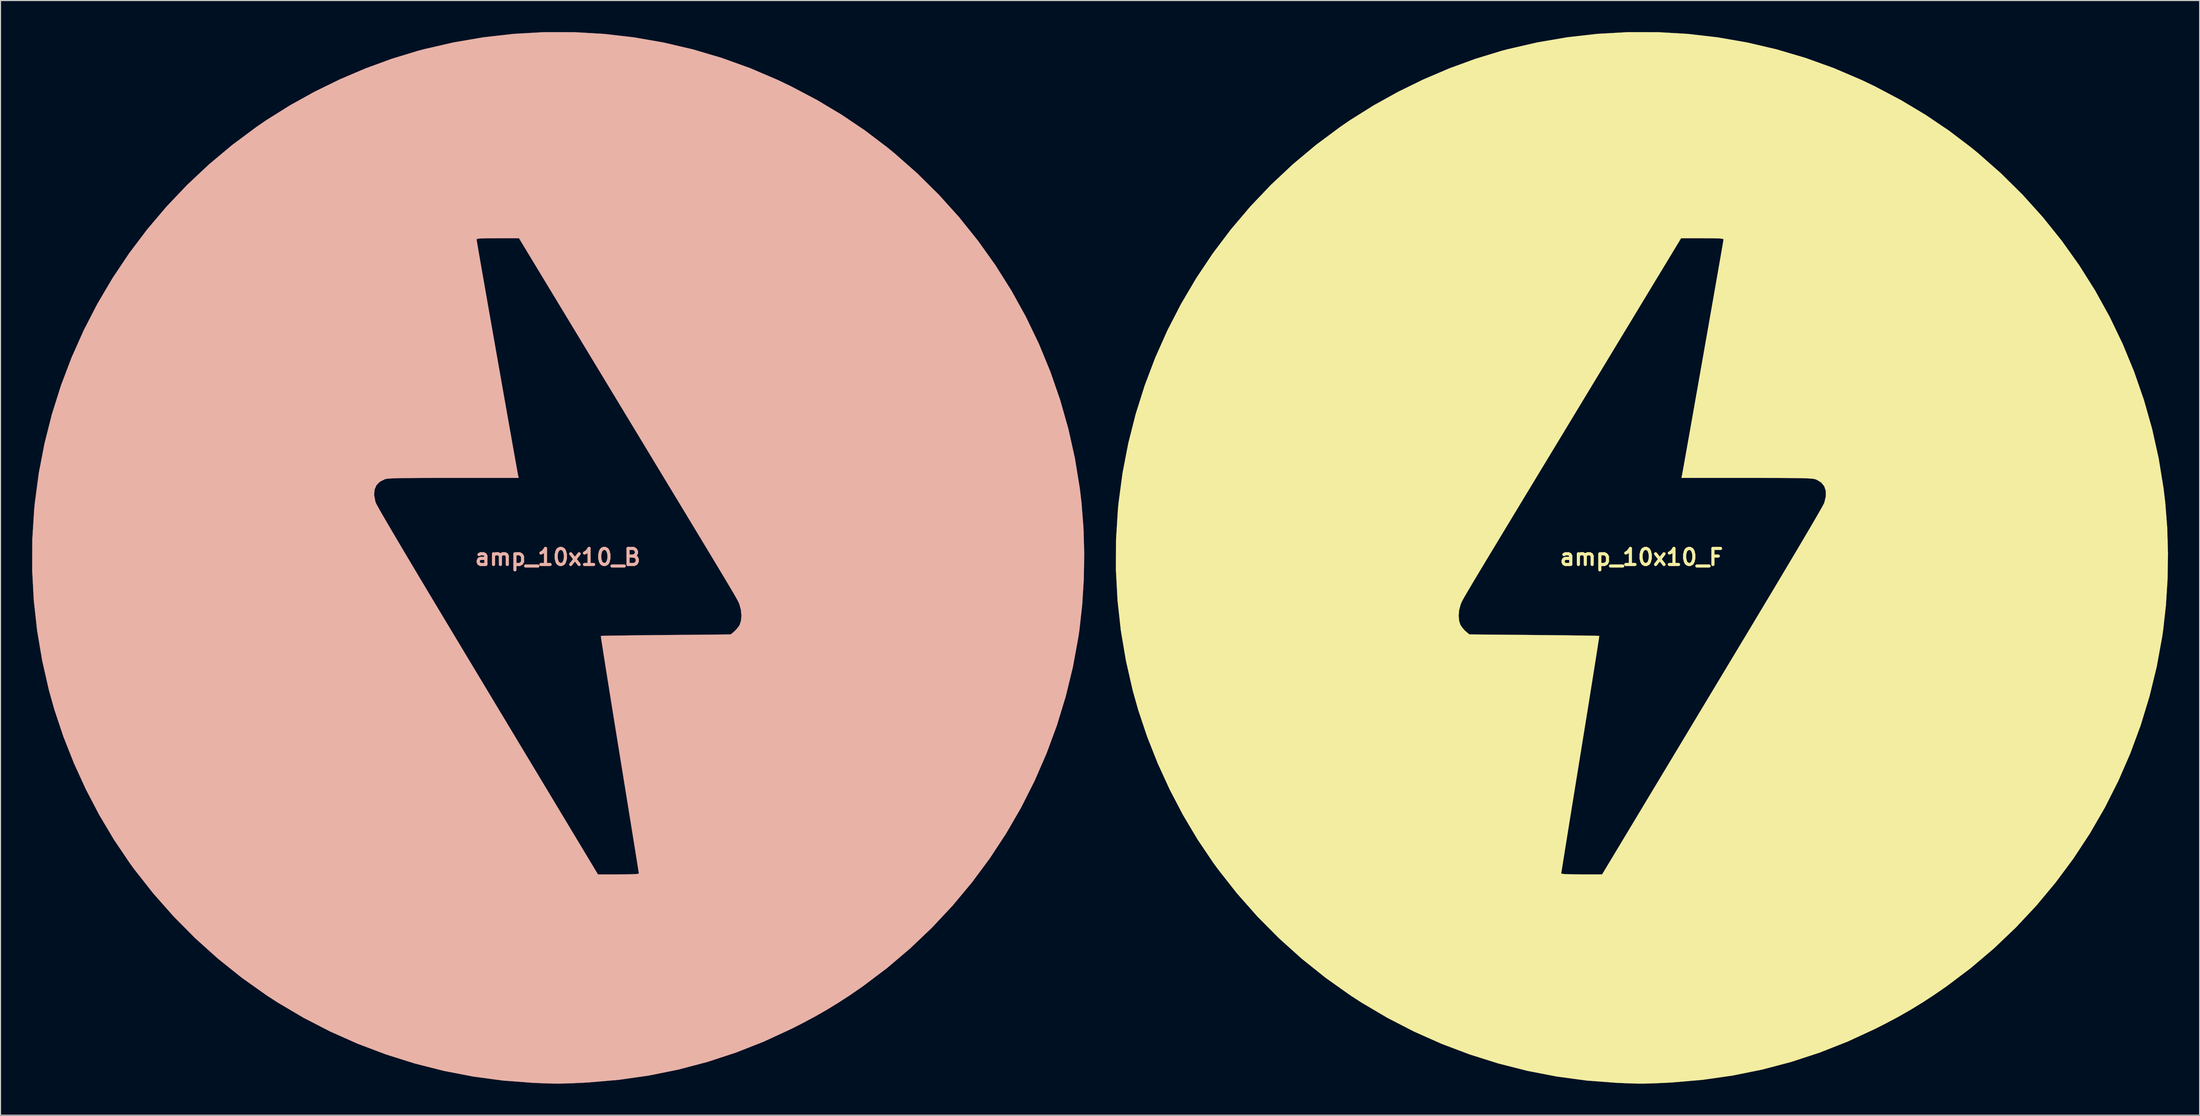
<source format=kicad_pcb>
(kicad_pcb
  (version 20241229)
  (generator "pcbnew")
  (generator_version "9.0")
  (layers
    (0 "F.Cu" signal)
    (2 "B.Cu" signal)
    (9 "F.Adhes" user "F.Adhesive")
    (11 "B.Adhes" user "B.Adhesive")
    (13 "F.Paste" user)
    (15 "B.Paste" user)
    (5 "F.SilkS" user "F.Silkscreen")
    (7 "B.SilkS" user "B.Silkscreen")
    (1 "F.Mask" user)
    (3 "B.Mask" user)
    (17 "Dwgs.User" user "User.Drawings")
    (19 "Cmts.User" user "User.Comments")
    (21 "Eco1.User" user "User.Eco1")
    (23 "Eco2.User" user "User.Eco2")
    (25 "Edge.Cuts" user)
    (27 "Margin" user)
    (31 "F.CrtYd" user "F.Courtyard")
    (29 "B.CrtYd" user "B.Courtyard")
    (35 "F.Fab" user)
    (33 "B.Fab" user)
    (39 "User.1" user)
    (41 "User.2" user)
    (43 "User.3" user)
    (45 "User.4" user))
  (footprint "amp_10x10_F"
    (layer "F.Cu")
    (at 152.807 49.9)
    (property "Reference" "amp_10x10_F" (at 0 0 0) (layer "F.SilkS") (effects (font (size 1.524 1.524) (thickness 0.3))))
    (attr through_hole)
    (fp_poly (pts (xy 1.562 -49.892) (xy 4.413 -49.727) (xy 7.245 -49.399) (xy 10.052 -48.91) (xy 12.827 -48.26) (xy 15.565 -47.45) (xy 18.257 -46.481) (xy 20.897 -45.352) (xy 22.179 -44.737) (xy 24.634 -43.438) (xy 26.959 -42.048) (xy 29.173 -40.553) (xy 31.295 -38.942) (xy 31.962 -38.397) (xy 34.138 -36.477) (xy 36.189 -34.446) (xy 38.112 -32.31) (xy 39.903 -30.075) (xy 41.56 -27.748) (xy 43.079 -25.335) (xy 44.457 -22.841) (xy 45.69 -20.273) (xy 46.775 -17.637) (xy 47.709 -14.939) (xy 48.489 -12.185) (xy 49.111 -9.381) (xy 49.572 -6.535) (xy 49.737 -5.14) (xy 49.921 -2.776) (xy 49.991 -0.344) (xy 49.95 2.111) (xy 49.798 4.543) (xy 49.536 6.904) (xy 49.438 7.578) (xy 48.918 10.427) (xy 48.237 13.226) (xy 47.401 15.969) (xy 46.412 18.65) (xy 45.275 21.263) (xy 43.993 23.803) (xy 42.57 26.264) (xy 41.009 28.64) (xy 39.314 30.924) (xy 37.49 33.112) (xy 35.538 35.198) (xy 33.465 37.175) (xy 31.272 39.038) (xy 28.964 40.781) (xy 27.728 41.632) (xy 26.627 42.348) (xy 25.548 43.008) (xy 24.442 43.64) (xy 23.262 44.272) (xy 22.179 44.822) (xy 19.567 46.03) (xy 16.912 47.077) (xy 14.211 47.962) (xy 11.459 48.688) (xy 8.653 49.255) (xy 5.79 49.663) (xy 2.865 49.914) (xy 2.159 49.951) (xy 1.478 49.981) (xy 0.914 50.003) (xy 0.427 50.016) (xy -0.024 50.02) (xy -0.478 50.016) (xy -0.976 50.003) (xy -1.558 49.981) (xy -2.264 49.95) (xy -2.364 49.945) (xy -5.199 49.732) (xy -8.022 49.352) (xy -10.821 48.81) (xy -13.588 48.107) (xy -16.313 47.248) (xy -18.987 46.236) (xy -21.599 45.073) (xy -24.14 43.763) (xy -26.6 42.309) (xy -27.644 41.632) (xy -30.007 39.954) (xy -32.27 38.141) (xy -34.428 36.199) (xy -36.473 34.134) (xy -38.4 31.953) (xy -40.201 29.662) (xy -40.665 29.024) (xy -42.148 26.821) (xy -43.528 24.499) (xy -44.792 22.082) (xy -45.931 19.593) (xy -46.934 17.057) (xy -47.79 14.495) (xy -48.306 12.658) (xy -48.949 9.835) (xy -49.43 6.98) (xy -49.587 5.553) (xy -17.358 5.553) (xy -17.316 6.044) (xy -17.19 6.429) (xy -17.021 6.684) (xy -16.788 6.949) (xy -16.683 7.047) (xy -16.343 7.338) (xy -10.191 7.393) (xy -9.186 7.402) (xy -8.231 7.412) (xy -7.34 7.422) (xy -6.526 7.432) (xy -5.802 7.441) (xy -5.182 7.451) (xy -4.68 7.459) (xy -4.307 7.467) (xy -4.079 7.474) (xy -4.007 7.479) (xy -4.017 7.565) (xy -4.052 7.808) (xy -4.111 8.199) (xy -4.193 8.728) (xy -4.297 9.386) (xy -4.419 10.162) (xy -4.56 11.047) (xy -4.717 12.031) (xy -4.889 13.105) (xy -5.074 14.259) (xy -5.271 15.484) (xy -5.479 16.769) (xy -5.695 18.104) (xy -5.798 18.741) (xy -6.018 20.098) (xy -6.231 21.41) (xy -6.434 22.666) (xy -6.627 23.857) (xy -6.807 24.973) (xy -6.973 26.004) (xy -7.124 26.941) (xy -7.258 27.774) (xy -7.373 28.493) (xy -7.468 29.088) (xy -7.542 29.55) (xy -7.592 29.869) (xy -7.617 30.034) (xy -7.62 30.056) (xy -7.537 30.086) (xy -7.291 30.11) (xy -6.892 30.127) (xy -6.345 30.138) (xy -5.678 30.141) (xy -3.737 30.141) (xy -0.569 24.871) (xy -0.161 24.192) (xy 0.327 23.38) (xy 0.887 22.448) (xy 1.512 21.409) (xy 2.193 20.275) (xy 2.925 19.058) (xy 3.698 17.771) (xy 4.506 16.427) (xy 5.34 15.038) (xy 6.194 13.617) (xy 7.06 12.176) (xy 7.931 10.728) (xy 8.798 9.285) (xy 9.654 7.86) (xy 9.898 7.455) (xy 10.837 5.891) (xy 11.725 4.409) (xy 12.56 3.015) (xy 13.337 1.712) (xy 14.055 0.506) (xy 14.711 -0.598) (xy 15.301 -1.596) (xy 15.824 -2.482) (xy 16.275 -3.252) (xy 16.652 -3.9) (xy 16.952 -4.423) (xy 17.173 -4.815) (xy 17.311 -5.071) (xy 17.361 -5.179) (xy 17.503 -5.78) (xy 17.5 -6.304) (xy 17.354 -6.746) (xy 17.068 -7.098) (xy 16.642 -7.357) (xy 16.518 -7.405) (xy 16.429 -7.431) (xy 16.307 -7.452) (xy 16.139 -7.471) (xy 15.914 -7.486) (xy 15.619 -7.499) (xy 15.245 -7.51) (xy 14.778 -7.518) (xy 14.206 -7.525) (xy 13.519 -7.529) (xy 12.704 -7.533) (xy 11.75 -7.534) (xy 10.645 -7.535) (xy 9.973 -7.535) (xy 3.797 -7.535) (xy 3.845 -7.768) (xy 3.873 -7.915) (xy 3.927 -8.213) (xy 4.006 -8.65) (xy 4.107 -9.214) (xy 4.228 -9.894) (xy 4.367 -10.678) (xy 4.523 -11.553) (xy 4.692 -12.508) (xy 4.873 -13.531) (xy 5.063 -14.611) (xy 5.262 -15.735) (xy 5.466 -16.891) (xy 5.673 -18.069) (xy 5.882 -19.255) (xy 6.09 -20.438) (xy 6.296 -21.607) (xy 6.496 -22.749) (xy 6.69 -23.853) (xy 6.875 -24.907) (xy 7.048 -25.898) (xy 7.209 -26.816) (xy 7.354 -27.648) (xy 7.482 -28.383) (xy 7.591 -29.008) (xy 7.678 -29.512) (xy 7.741 -29.882) (xy 7.779 -30.108) (xy 7.789 -30.178) (xy 7.773 -30.22) (xy 7.71 -30.252) (xy 7.583 -30.276) (xy 7.37 -30.293) (xy 7.054 -30.303) (xy 6.614 -30.308) (xy 6.031 -30.311) (xy 5.776 -30.311) (xy 3.762 -30.311) (xy -5.21 -15.476) (xy -6.41 -13.49) (xy -7.526 -11.645) (xy -8.561 -9.934) (xy -9.518 -8.352) (xy -10.399 -6.894) (xy -11.209 -5.555) (xy -11.949 -4.33) (xy -12.624 -3.213) (xy -13.237 -2.198) (xy -13.79 -1.282) (xy -14.286 -0.459) (xy -14.73 0.278) (xy -15.123 0.932) (xy -15.47 1.509) (xy -15.773 2.014) (xy -16.035 2.453) (xy -16.259 2.831) (xy -16.449 3.153) (xy -16.608 3.424) (xy -16.739 3.649) (xy -16.845 3.834) (xy -16.929 3.984) (xy -16.994 4.104) (xy -17.043 4.199) (xy -17.08 4.275) (xy -17.108 4.337) (xy -17.129 4.39) (xy -17.148 4.439) (xy -17.166 4.49) (xy -17.174 4.512) (xy -17.311 5.024) (xy -17.358 5.553) (xy -49.587 5.553) (xy -49.747 4.104) (xy -49.901 1.218) (xy -49.889 -1.666) (xy -49.711 -4.536) (xy -49.652 -5.143) (xy -49.271 -8.006) (xy -48.727 -10.826) (xy -48.026 -13.598) (xy -47.17 -16.315) (xy -46.163 -18.972) (xy -45.009 -21.562) (xy -43.711 -24.08) (xy -42.273 -26.519) (xy -40.699 -28.875) (xy -38.991 -31.14) (xy -37.154 -33.309) (xy -35.191 -35.376) (xy -33.106 -37.335) (xy -30.902 -39.18) (xy -28.583 -40.905) (xy -27.644 -41.548) (xy -25.421 -42.942) (xy -23.095 -44.233) (xy -20.693 -45.408) (xy -18.239 -46.455) (xy -15.762 -47.362) (xy -13.286 -48.118) (xy -12.742 -48.264) (xy -9.897 -48.919) (xy -7.037 -49.409) (xy -4.17 -49.734) (xy -1.301 -49.895) (xy 1.562 -49.892)) (stroke (width 0.01) (type solid)) (fill yes) (layer "F.SilkS")))
  (footprint "amp_10x10_B"
    (layer "F.Cu")
    (at 49.906 49.9)
    (property "Reference" "amp_10x10_B" (at 0 0 0) (layer "B.SilkS") (effects (font (size 1.524 1.524) (thickness 0.3))))
    (attr through_hole)
    (fp_poly (pts (xy 1.562 -49.892) (xy 4.413 -49.727) (xy 7.245 -49.399) (xy 10.052 -48.91) (xy 12.827 -48.26) (xy 15.565 -47.45) (xy 18.257 -46.481) (xy 20.897 -45.352) (xy 22.179 -44.737) (xy 24.634 -43.438) (xy 26.959 -42.048) (xy 29.173 -40.553) (xy 31.295 -38.942) (xy 31.962 -38.397) (xy 34.138 -36.477) (xy 36.189 -34.446) (xy 38.112 -32.31) (xy 39.903 -30.075) (xy 41.56 -27.748) (xy 43.079 -25.335) (xy 44.457 -22.841) (xy 45.69 -20.273) (xy 46.775 -17.637) (xy 47.709 -14.939) (xy 48.489 -12.185) (xy 49.111 -9.381) (xy 49.572 -6.535) (xy 49.737 -5.14) (xy 49.921 -2.776) (xy 49.991 -0.344) (xy 49.95 2.111) (xy 49.798 4.543) (xy 49.536 6.904) (xy 49.438 7.578) (xy 48.918 10.427) (xy 48.237 13.226) (xy 47.401 15.969) (xy 46.412 18.65) (xy 45.275 21.263) (xy 43.993 23.803) (xy 42.57 26.264) (xy 41.009 28.64) (xy 39.314 30.924) (xy 37.49 33.112) (xy 35.538 35.198) (xy 33.465 37.175) (xy 31.272 39.038) (xy 28.964 40.781) (xy 27.728 41.632) (xy 26.627 42.348) (xy 25.548 43.008) (xy 24.442 43.64) (xy 23.262 44.272) (xy 22.179 44.822) (xy 19.567 46.03) (xy 16.912 47.077) (xy 14.211 47.962) (xy 11.459 48.688) (xy 8.653 49.255) (xy 5.79 49.663) (xy 2.865 49.914) (xy 2.159 49.951) (xy 1.478 49.981) (xy 0.914 50.003) (xy 0.427 50.016) (xy -0.024 50.02) (xy -0.478 50.016) (xy -0.976 50.003) (xy -1.558 49.981) (xy -2.264 49.95) (xy -2.364 49.945) (xy -5.199 49.732) (xy -8.022 49.352) (xy -10.821 48.81) (xy -13.588 48.107) (xy -16.313 47.248) (xy -18.987 46.236) (xy -21.599 45.073) (xy -24.14 43.763) (xy -26.6 42.309) (xy -27.644 41.632) (xy -30.007 39.954) (xy -32.27 38.141) (xy -34.428 36.199) (xy -36.473 34.134) (xy -38.4 31.953) (xy -40.201 29.662) (xy -40.665 29.024) (xy -42.148 26.821) (xy -43.528 24.499) (xy -44.792 22.082) (xy -45.931 19.593) (xy -46.934 17.057) (xy -47.79 14.495) (xy -48.306 12.658) (xy -48.949 9.835) (xy -49.43 6.98) (xy -49.747 4.104) (xy -49.901 1.218) (xy -49.889 -1.666) (xy -49.711 -4.536) (xy -49.652 -5.143) (xy -49.549 -5.915) (xy -17.431 -5.915) (xy -17.325 -5.331) (xy -17.277 -5.179) (xy -17.211 -5.042) (xy -17.061 -4.766) (xy -16.829 -4.355) (xy -16.517 -3.814) (xy -16.129 -3.148) (xy -15.668 -2.361) (xy -15.136 -1.458) (xy -14.536 -0.445) (xy -13.871 0.674) (xy -13.144 1.894) (xy -12.358 3.211) (xy -11.515 4.618) (xy -10.62 6.112) (xy -9.813 7.455) (xy -8.961 8.873) (xy -8.096 10.312) (xy -7.226 11.76) (xy -6.358 13.204) (xy -5.5 14.632) (xy -4.659 16.031) (xy -3.843 17.39) (xy -3.059 18.694) (xy -2.314 19.932) (xy -1.618 21.091) (xy -0.976 22.159) (xy -0.397 23.123) (xy 0.113 23.971) (xy 0.545 24.69) (xy 0.654 24.871) (xy 3.821 30.141) (xy 5.763 30.141) (xy 6.446 30.138) (xy 6.989 30.127) (xy 7.384 30.109) (xy 7.625 30.086) (xy 7.705 30.056) (xy 7.691 29.964) (xy 7.652 29.714) (xy 7.59 29.317) (xy 7.504 28.781) (xy 7.398 28.118) (xy 7.272 27.336) (xy 7.129 26.446) (xy 6.969 25.456) (xy 6.795 24.378) (xy 6.608 23.22) (xy 6.41 21.992) (xy 6.201 20.705) (xy 5.984 19.367) (xy 5.883 18.741) (xy 5.663 17.385) (xy 5.451 16.075) (xy 5.249 14.821) (xy 5.058 13.633) (xy 4.88 12.521) (xy 4.716 11.493) (xy 4.567 10.561) (xy 4.436 9.733) (xy 4.324 9.019) (xy 4.232 8.429) (xy 4.161 7.972) (xy 4.115 7.659) (xy 4.093 7.499) (xy 4.092 7.479) (xy 4.18 7.473) (xy 4.423 7.466) (xy 4.809 7.458) (xy 5.325 7.45) (xy 5.956 7.44) (xy 6.689 7.431) (xy 7.512 7.421) (xy 8.41 7.411) (xy 9.37 7.401) (xy 10.275 7.393) (xy 16.427 7.338) (xy 16.768 7.047) (xy 17.006 6.805) (xy 17.213 6.535) (xy 17.275 6.429) (xy 17.404 6.024) (xy 17.443 5.531) (xy 17.392 5.002) (xy 17.259 4.512) (xy 17.239 4.459) (xy 17.222 4.41) (xy 17.202 4.359) (xy 17.177 4.302) (xy 17.144 4.232) (xy 17.1 4.145) (xy 17.042 4.036) (xy 16.966 3.899) (xy 16.869 3.728) (xy 16.749 3.52) (xy 16.602 3.268) (xy 16.425 2.968) (xy 16.214 2.613) (xy 15.968 2.199) (xy 15.682 1.722) (xy 15.353 1.174) (xy 14.979 0.552) (xy 14.556 -0.151) (xy 14.082 -0.939) (xy 13.552 -1.817) (xy 12.964 -2.791) (xy 12.314 -3.866) (xy 11.601 -5.047) (xy 10.819 -6.339) (xy 9.967 -7.748) (xy 9.042 -9.279) (xy 8.039 -10.938) (xy 6.956 -12.728) (xy 5.79 -14.656) (xy 5.294 -15.476) (xy -3.678 -30.311) (xy -5.691 -30.311) (xy -6.331 -30.31) (xy -6.822 -30.305) (xy -7.182 -30.297) (xy -7.43 -30.283) (xy -7.587 -30.262) (xy -7.671 -30.233) (xy -7.703 -30.195) (xy -7.705 -30.178) (xy -7.69 -30.084) (xy -7.648 -29.835) (xy -7.581 -29.444) (xy -7.491 -28.92) (xy -7.379 -28.278) (xy -7.249 -27.528) (xy -7.101 -26.682) (xy -6.938 -25.753) (xy -6.763 -24.751) (xy -6.577 -23.689) (xy -6.382 -22.578) (xy -6.18 -21.431) (xy -5.974 -20.26) (xy -5.766 -19.075) (xy -5.557 -17.889) (xy -5.35 -16.714) (xy -5.147 -15.562) (xy -4.949 -14.444) (xy -4.76 -13.372) (xy -4.581 -12.358) (xy -4.413 -11.415) (xy -4.261 -10.553) (xy -4.124 -9.784) (xy -4.006 -9.121) (xy -3.908 -8.575) (xy -3.833 -8.159) (xy -3.782 -7.883) (xy -3.76 -7.768) (xy -3.712 -7.535) (xy -9.889 -7.535) (xy -11.082 -7.535) (xy -12.117 -7.534) (xy -13.006 -7.531) (xy -13.762 -7.527) (xy -14.395 -7.522) (xy -14.917 -7.515) (xy -15.341 -7.505) (xy -15.678 -7.494) (xy -15.939 -7.48) (xy -16.137 -7.463) (xy -16.283 -7.443) (xy -16.388 -7.42) (xy -16.433 -7.405) (xy -16.892 -7.17) (xy -17.213 -6.839) (xy -17.393 -6.419) (xy -17.431 -5.915) (xy -49.549 -5.915) (xy -49.271 -8.006) (xy -48.727 -10.826) (xy -48.026 -13.598) (xy -47.17 -16.315) (xy -46.163 -18.972) (xy -45.009 -21.562) (xy -43.711 -24.08) (xy -42.273 -26.519) (xy -40.699 -28.875) (xy -38.991 -31.14) (xy -37.154 -33.309) (xy -35.191 -35.376) (xy -33.106 -37.335) (xy -30.902 -39.18) (xy -28.583 -40.905) (xy -27.644 -41.548) (xy -25.421 -42.942) (xy -23.095 -44.233) (xy -20.693 -45.408) (xy -18.239 -46.455) (xy -15.762 -47.362) (xy -13.286 -48.118) (xy -12.742 -48.264) (xy -9.897 -48.919) (xy -7.037 -49.409) (xy -4.17 -49.734) (xy -1.301 -49.895) (xy 1.562 -49.892)) (stroke (width 0.01) (type solid)) (fill yes) (layer "B.SilkS")))
  (gr_rect
    (start -3 -3)
    (end 205.804 102.925)
    (stroke (width 0.1) (type default))
    (fill no)
    (layer "Edge.Cuts")))
</source>
